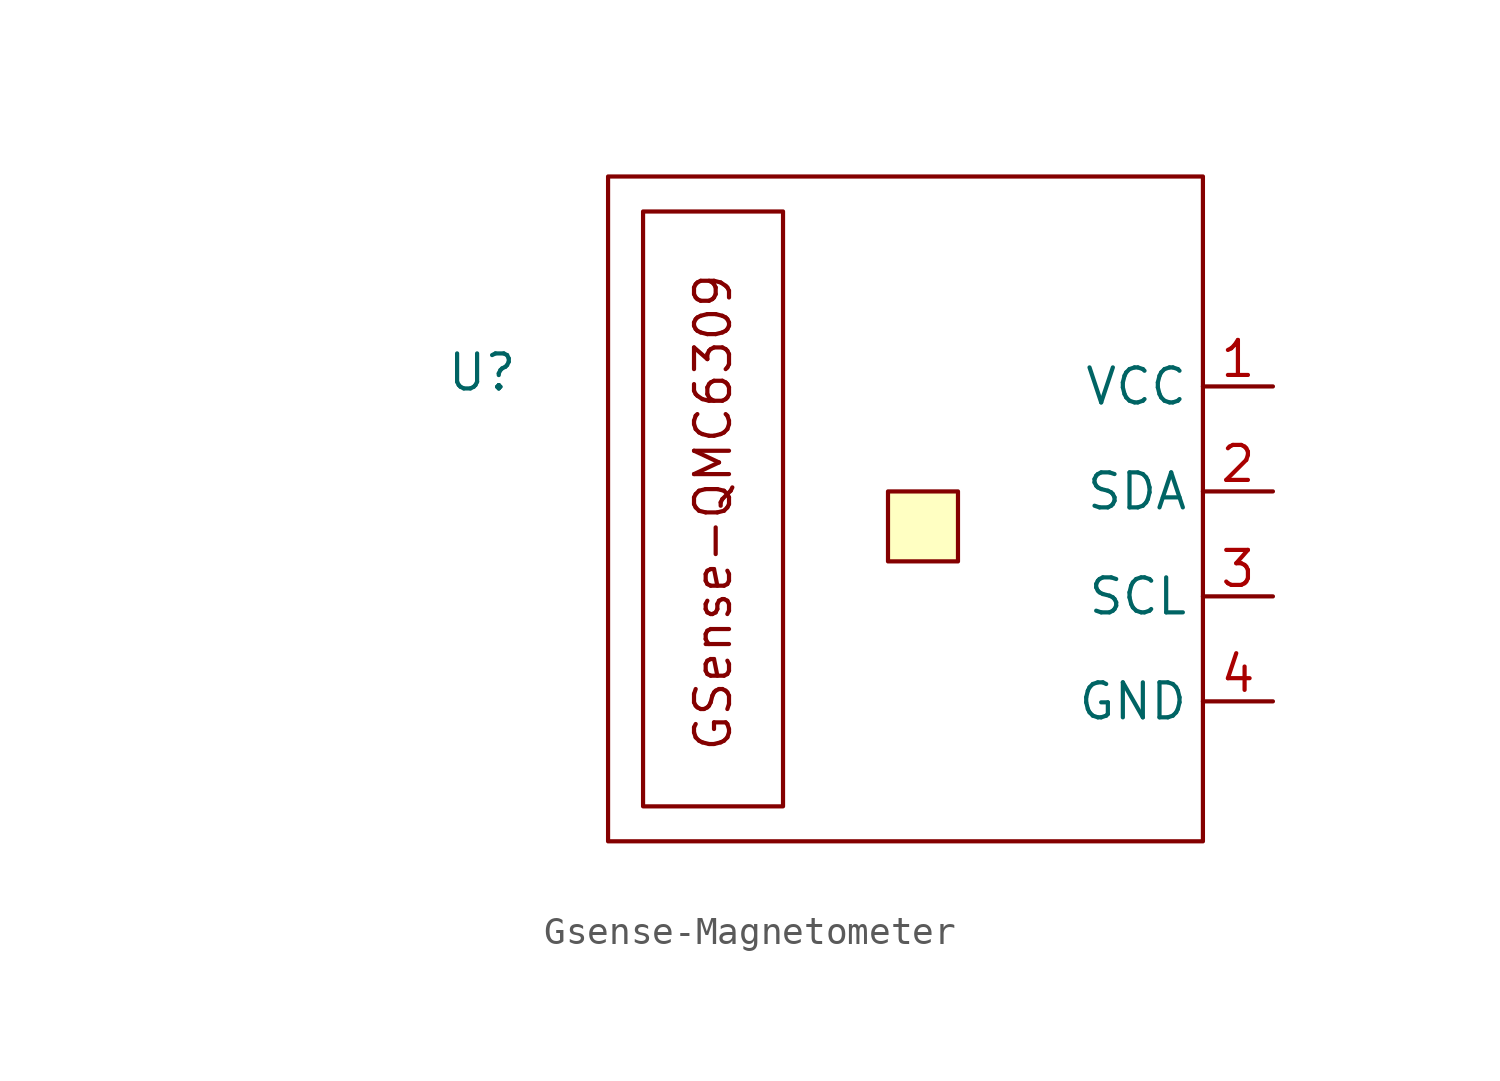
<source format=kicad_sym>
(kicad_symbol_lib
  (version 20241209)
  (generator "kicad_symbol_editor")
  (generator_version "9.0")
  (symbol "Gsense-Magnetometer"
    (property "Reference" "U"
      (at -16.002 5.588 0)
      (effects (font (size 1.27 1.27))))
    (property "Value" ""
      (at -25.4 0 0)
      (effects (font (size 1.27 1.27))))
    (symbol "Gsense-Magnetometer_0_1"
      (rectangle (start -11.43 12.7) (end 10.16 -11.43) (stroke (width 0) (type default)) (fill (type none)))
      (rectangle (start -1.27 1.27) (end 1.27 -1.27) (stroke (width 0) (type default)) (fill (type background))))
    (symbol "Gsense-Magnetometer_1_1"
      (rectangle (start -10.16 11.43) (end -5.08 -10.16) (stroke (width 0) (type default)) (fill (type none)))
      (text "GSense-QMC6309" (at -7.62 0.508 900) (effects (font (size 1.27 1.27))))
      (pin power_in line (at 12.7 5.08 180) (length 2.54) (name "VCC" (effects (font (size 1.27 1.27)))) (number "1" (effects (font (size 1.27 1.27)))))
      (pin bidirectional line (at 12.7 1.27 180) (length 2.54) (name "SDA" (effects (font (size 1.27 1.27)))) (number "2" (effects (font (size 1.27 1.27)))))
      (pin bidirectional line (at 12.7 -2.54 180) (length 2.54) (name "SCL" (effects (font (size 1.27 1.27)))) (number "3" (effects (font (size 1.27 1.27)))))
      (pin power_in line (at 12.7 -6.35 180) (length 2.54) (name "GND" (effects (font (size 1.27 1.27)))) (number "4" (effects (font (size 1.27 1.27))))))))
</source>
